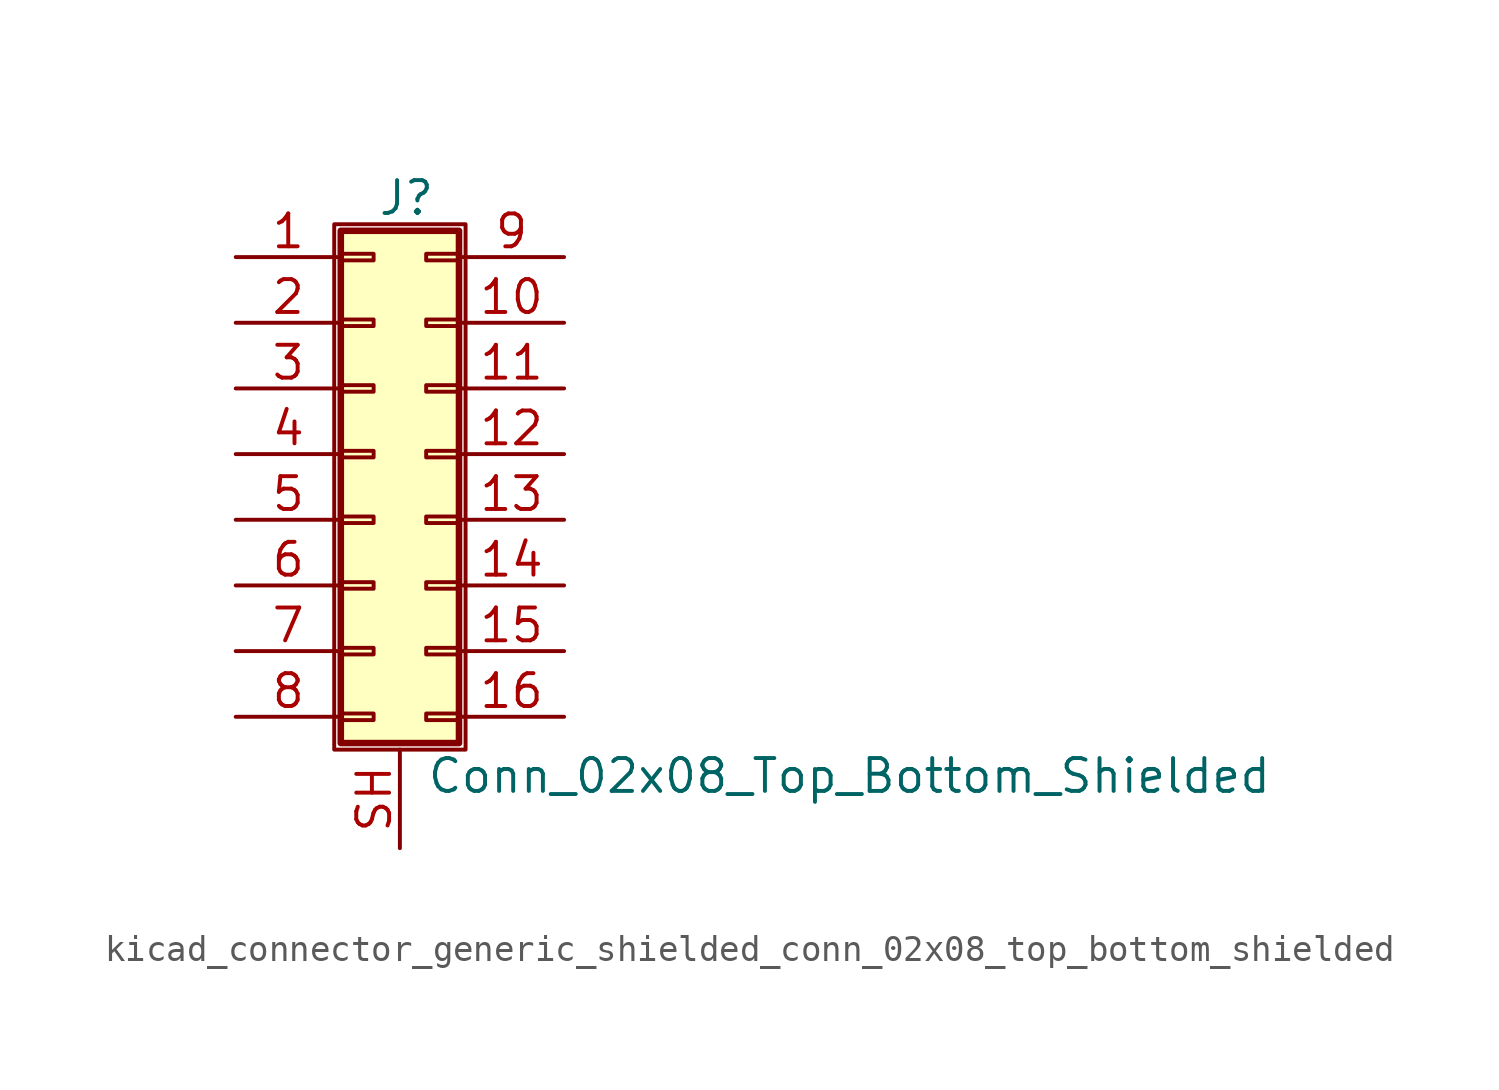
<source format=kicad_sym>
(kicad_symbol_lib
  (version 20220914)
  (generator kicad_symbol_editor)
  (symbol "kicad_connector_generic_shielded_conn_02x08_top_bottom_shielded"
    (pin_names
      (offset 1.016) hide)
    (property "Reference" "J"
      (at 1.524 9.906 0)
      (effects (font (size 1.27 1.27))))
    (property "Value" "Conn_02x08_Top_Bottom_Shielded"
      (at 2.286 -12.446 0)
      (effects (font (size 1.27 1.27)) (justify left)))
    (symbol "kicad_connector_generic_shielded_conn_02x08_top_bottom_shielded_1_1"
      (rectangle (start -1.27 8.89) (end 3.81 -11.43) (stroke (width 0.152) (type default)) (fill (type none)))
      (rectangle (start -1.016 -10.033) (end 0.254 -10.287) (stroke (width 0.152) (type default)) (fill (type none)))
      (rectangle (start -1.016 -7.493) (end 0.254 -7.747) (stroke (width 0.152) (type default)) (fill (type none)))
      (rectangle (start -1.016 -4.953) (end 0.254 -5.207) (stroke (width 0.152) (type default)) (fill (type none)))
      (rectangle (start -1.016 -2.413) (end 0.254 -2.667) (stroke (width 0.152) (type default)) (fill (type none)))
      (rectangle (start -1.016 0.127) (end 0.254 -0.127) (stroke (width 0.152) (type default)) (fill (type none)))
      (rectangle (start -1.016 2.667) (end 0.254 2.413) (stroke (width 0.152) (type default)) (fill (type none)))
      (rectangle (start -1.016 5.207) (end 0.254 4.953) (stroke (width 0.152) (type default)) (fill (type none)))
      (rectangle (start -1.016 7.747) (end 0.254 7.493) (stroke (width 0.152) (type default)) (fill (type none)))
      (rectangle (start -1.016 8.636) (end 3.556 -11.176) (stroke (width 0.254) (type default)) (fill (type background)))
      (rectangle (start 3.556 -10.033) (end 2.286 -10.287) (stroke (width 0.152) (type default)) (fill (type none)))
      (rectangle (start 3.556 -7.493) (end 2.286 -7.747) (stroke (width 0.152) (type default)) (fill (type none)))
      (rectangle (start 3.556 -4.953) (end 2.286 -5.207) (stroke (width 0.152) (type default)) (fill (type none)))
      (rectangle (start 3.556 -2.413) (end 2.286 -2.667) (stroke (width 0.152) (type default)) (fill (type none)))
      (rectangle (start 3.556 0.127) (end 2.286 -0.127) (stroke (width 0.152) (type default)) (fill (type none)))
      (rectangle (start 3.556 2.667) (end 2.286 2.413) (stroke (width 0.152) (type default)) (fill (type none)))
      (rectangle (start 3.556 5.207) (end 2.286 4.953) (stroke (width 0.152) (type default)) (fill (type none)))
      (rectangle (start 3.556 7.747) (end 2.286 7.493) (stroke (width 0.152) (type default)) (fill (type none)))
      (pin passive line (at -5.08 7.62 0) (length 4.064) (name "Pin_1" (effects (font (size 1.27 1.27)))) (number "1" (effects (font (size 1.27 1.27)))))
      (pin passive line (at 7.62 5.08 180) (length 4.064) (name "Pin_10" (effects (font (size 1.27 1.27)))) (number "10" (effects (font (size 1.27 1.27)))))
      (pin passive line (at 7.62 2.54 180) (length 4.064) (name "Pin_11" (effects (font (size 1.27 1.27)))) (number "11" (effects (font (size 1.27 1.27)))))
      (pin passive line (at 7.62 0 180) (length 4.064) (name "Pin_12" (effects (font (size 1.27 1.27)))) (number "12" (effects (font (size 1.27 1.27)))))
      (pin passive line (at 7.62 -2.54 180) (length 4.064) (name "Pin_13" (effects (font (size 1.27 1.27)))) (number "13" (effects (font (size 1.27 1.27)))))
      (pin passive line (at 7.62 -5.08 180) (length 4.064) (name "Pin_14" (effects (font (size 1.27 1.27)))) (number "14" (effects (font (size 1.27 1.27)))))
      (pin passive line (at 7.62 -7.62 180) (length 4.064) (name "Pin_15" (effects (font (size 1.27 1.27)))) (number "15" (effects (font (size 1.27 1.27)))))
      (pin passive line (at 7.62 -10.16 180) (length 4.064) (name "Pin_16" (effects (font (size 1.27 1.27)))) (number "16" (effects (font (size 1.27 1.27)))))
      (pin passive line (at -5.08 5.08 0) (length 4.064) (name "Pin_2" (effects (font (size 1.27 1.27)))) (number "2" (effects (font (size 1.27 1.27)))))
      (pin passive line (at -5.08 2.54 0) (length 4.064) (name "Pin_3" (effects (font (size 1.27 1.27)))) (number "3" (effects (font (size 1.27 1.27)))))
      (pin passive line (at -5.08 0 0) (length 4.064) (name "Pin_4" (effects (font (size 1.27 1.27)))) (number "4" (effects (font (size 1.27 1.27)))))
      (pin passive line (at -5.08 -2.54 0) (length 4.064) (name "Pin_5" (effects (font (size 1.27 1.27)))) (number "5" (effects (font (size 1.27 1.27)))))
      (pin passive line (at -5.08 -5.08 0) (length 4.064) (name "Pin_6" (effects (font (size 1.27 1.27)))) (number "6" (effects (font (size 1.27 1.27)))))
      (pin passive line (at -5.08 -7.62 0) (length 4.064) (name "Pin_7" (effects (font (size 1.27 1.27)))) (number "7" (effects (font (size 1.27 1.27)))))
      (pin passive line (at -5.08 -10.16 0) (length 4.064) (name "Pin_8" (effects (font (size 1.27 1.27)))) (number "8" (effects (font (size 1.27 1.27)))))
      (pin passive line (at 7.62 7.62 180) (length 4.064) (name "Pin_9" (effects (font (size 1.27 1.27)))) (number "9" (effects (font (size 1.27 1.27)))))
      (pin passive line (at 1.27 -15.24 90) (length 3.81) (name "Shield" (effects (font (size 1.27 1.27)))) (number "SH" (effects (font (size 1.27 1.27))))))))
</source>
